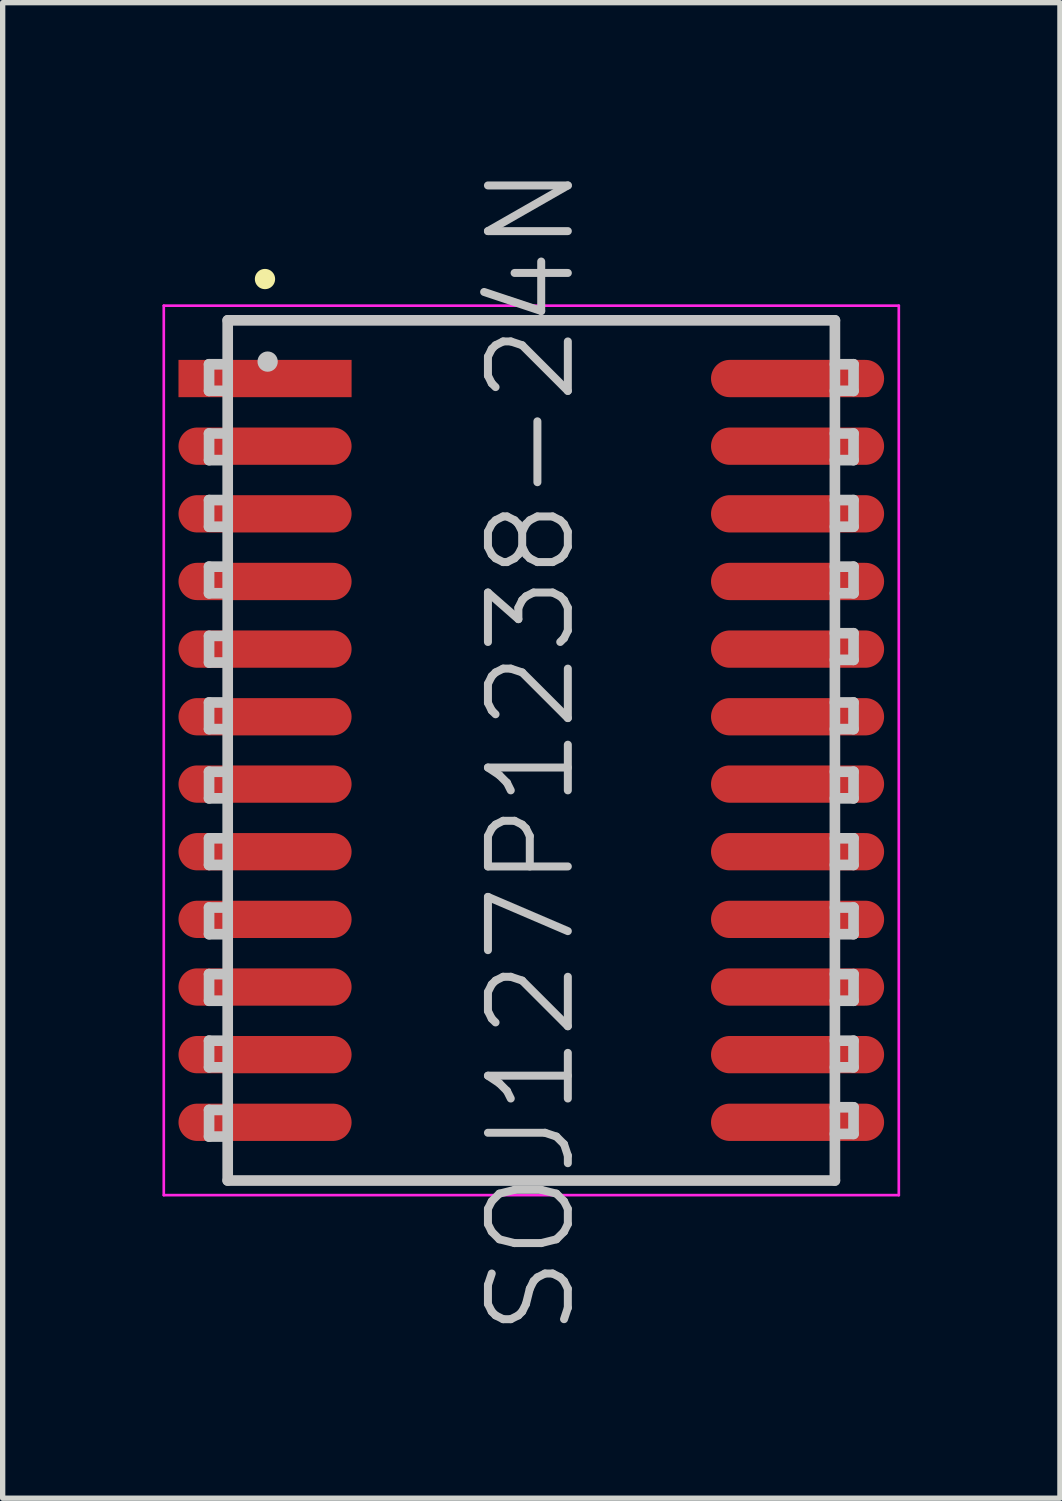
<source format=kicad_pcb>
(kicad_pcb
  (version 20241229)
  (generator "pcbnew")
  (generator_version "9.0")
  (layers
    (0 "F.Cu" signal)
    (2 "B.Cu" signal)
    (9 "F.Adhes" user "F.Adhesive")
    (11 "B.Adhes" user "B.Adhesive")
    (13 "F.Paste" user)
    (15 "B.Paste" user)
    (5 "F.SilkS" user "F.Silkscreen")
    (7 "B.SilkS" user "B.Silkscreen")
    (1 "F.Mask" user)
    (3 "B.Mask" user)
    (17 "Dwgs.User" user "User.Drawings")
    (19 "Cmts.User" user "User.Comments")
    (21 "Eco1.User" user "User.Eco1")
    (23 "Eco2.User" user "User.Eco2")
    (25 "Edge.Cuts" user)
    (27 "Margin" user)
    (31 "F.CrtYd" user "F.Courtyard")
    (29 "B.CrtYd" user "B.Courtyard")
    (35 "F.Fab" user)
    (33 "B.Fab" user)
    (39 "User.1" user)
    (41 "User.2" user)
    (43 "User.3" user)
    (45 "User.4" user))
  (footprint "SOJ127P1238-24N"
    (layer "F.Cu")
    (at 6.925 11.039)
    (property "Reference" "SOJ127P1238-24N" (at 0 0 90) (layer "Dwgs.User") (effects (font (size 1.5 1.5) (thickness 0.15))))
    (attr smd)
    (fp_line (start -5 -8.85) (end -5 -8.85) (stroke (width 0.381) (type solid)) (layer "F.SilkS"))
    (fp_line (start -6.05 -7.25) (end -6.05 -6.75) (stroke (width 0.2) (type solid)) (layer "Dwgs.User"))
    (fp_line (start -6.05 -6.75) (end -5.7 -6.75) (stroke (width 0.2) (type solid)) (layer "Dwgs.User"))
    (fp_line (start -6.05 -5.95) (end -6.05 -5.45) (stroke (width 0.2) (type solid)) (layer "Dwgs.User"))
    (fp_line (start -6.05 -5.45) (end -5.7 -5.45) (stroke (width 0.2) (type solid)) (layer "Dwgs.User"))
    (fp_line (start -6.05 -4.7) (end -6.05 -4.2) (stroke (width 0.2) (type solid)) (layer "Dwgs.User"))
    (fp_line (start -6.05 -4.2) (end -5.7 -4.2) (stroke (width 0.2) (type solid)) (layer "Dwgs.User"))
    (fp_line (start -6.05 -3.45) (end -6.05 -2.95) (stroke (width 0.2) (type solid)) (layer "Dwgs.User"))
    (fp_line (start -6.05 -2.95) (end -5.7 -2.95) (stroke (width 0.2) (type solid)) (layer "Dwgs.User"))
    (fp_line (start -6.05 -2.15) (end -6.05 -1.65) (stroke (width 0.2) (type solid)) (layer "Dwgs.User"))
    (fp_line (start -6.05 -1.65) (end -5.7 -1.65) (stroke (width 0.2) (type solid)) (layer "Dwgs.User"))
    (fp_line (start -6.05 -0.9) (end -6.05 -0.4) (stroke (width 0.2) (type solid)) (layer "Dwgs.User"))
    (fp_line (start -6.05 -0.4) (end -5.7 -0.4) (stroke (width 0.2) (type solid)) (layer "Dwgs.User"))
    (fp_line (start -6.05 0.4) (end -6.05 0.9) (stroke (width 0.2) (type solid)) (layer "Dwgs.User"))
    (fp_line (start -6.05 0.9) (end -5.7 0.9) (stroke (width 0.2) (type solid)) (layer "Dwgs.User"))
    (fp_line (start -6.05 1.65) (end -6.05 2.15) (stroke (width 0.2) (type solid)) (layer "Dwgs.User"))
    (fp_line (start -6.05 2.15) (end -5.7 2.15) (stroke (width 0.2) (type solid)) (layer "Dwgs.User"))
    (fp_line (start -6.05 2.95) (end -6.05 3.45) (stroke (width 0.2) (type solid)) (layer "Dwgs.User"))
    (fp_line (start -6.05 3.45) (end -5.7 3.45) (stroke (width 0.2) (type solid)) (layer "Dwgs.User"))
    (fp_line (start -6.05 4.2) (end -6.05 4.7) (stroke (width 0.2) (type solid)) (layer "Dwgs.User"))
    (fp_line (start -6.05 4.7) (end -5.7 4.7) (stroke (width 0.2) (type solid)) (layer "Dwgs.User"))
    (fp_line (start -6.05 5.45) (end -6.05 5.95) (stroke (width 0.2) (type solid)) (layer "Dwgs.User"))
    (fp_line (start -6.05 5.95) (end -5.7 5.95) (stroke (width 0.2) (type solid)) (layer "Dwgs.User"))
    (fp_line (start -6.05 6.75) (end -6.05 7.25) (stroke (width 0.2) (type solid)) (layer "Dwgs.User"))
    (fp_line (start -6.05 7.25) (end -5.7 7.25) (stroke (width 0.2) (type solid)) (layer "Dwgs.User"))
    (fp_line (start -5.7 -8.075) (end -5.7 8.075) (stroke (width 0.2) (type solid)) (layer "Dwgs.User"))
    (fp_line (start -5.7 -8.075) (end 5.7 -8.075) (stroke (width 0.2) (type solid)) (layer "Dwgs.User"))
    (fp_line (start -5.7 -7.25) (end -6.05 -7.25) (stroke (width 0.2) (type solid)) (layer "Dwgs.User"))
    (fp_line (start -5.7 -5.95) (end -6.05 -5.95) (stroke (width 0.2) (type solid)) (layer "Dwgs.User"))
    (fp_line (start -5.7 -4.7) (end -6.05 -4.7) (stroke (width 0.2) (type solid)) (layer "Dwgs.User"))
    (fp_line (start -5.7 -3.45) (end -6.05 -3.45) (stroke (width 0.2) (type solid)) (layer "Dwgs.User"))
    (fp_line (start -5.7 -2.15) (end -6.05 -2.15) (stroke (width 0.2) (type solid)) (layer "Dwgs.User"))
    (fp_line (start -5.7 -0.9) (end -6.05 -0.9) (stroke (width 0.2) (type solid)) (layer "Dwgs.User"))
    (fp_line (start -5.7 0.4) (end -6.05 0.4) (stroke (width 0.2) (type solid)) (layer "Dwgs.User"))
    (fp_line (start -5.7 1.65) (end -6.05 1.65) (stroke (width 0.2) (type solid)) (layer "Dwgs.User"))
    (fp_line (start -5.7 2.95) (end -6.05 2.95) (stroke (width 0.2) (type solid)) (layer "Dwgs.User"))
    (fp_line (start -5.7 4.2) (end -6.05 4.2) (stroke (width 0.2) (type solid)) (layer "Dwgs.User"))
    (fp_line (start -5.7 5.45) (end -6.05 5.45) (stroke (width 0.2) (type solid)) (layer "Dwgs.User"))
    (fp_line (start -5.7 6.75) (end -6.05 6.75) (stroke (width 0.2) (type solid)) (layer "Dwgs.User"))
    (fp_line (start -5.7 8.075) (end 5.7 8.075) (stroke (width 0.2) (type solid)) (layer "Dwgs.User"))
    (fp_line (start -4.95 -7.3) (end -4.95 -7.3) (stroke (width 0.381) (type solid)) (layer "Dwgs.User"))
    (fp_line (start 5.7 -8.075) (end 5.7 8.075) (stroke (width 0.2) (type solid)) (layer "Dwgs.User"))
    (fp_line (start 5.7 -7.25) (end 6.05 -7.25) (stroke (width 0.2) (type solid)) (layer "Dwgs.User"))
    (fp_line (start 5.7 -5.95) (end 6.05 -5.95) (stroke (width 0.2) (type solid)) (layer "Dwgs.User"))
    (fp_line (start 5.7 -4.7) (end 6.05 -4.7) (stroke (width 0.2) (type solid)) (layer "Dwgs.User"))
    (fp_line (start 5.7 -3.45) (end 6.05 -3.45) (stroke (width 0.2) (type solid)) (layer "Dwgs.User"))
    (fp_line (start 5.7 -2.2) (end 6.05 -2.2) (stroke (width 0.2) (type solid)) (layer "Dwgs.User"))
    (fp_line (start 5.7 -0.9) (end 6.05 -0.9) (stroke (width 0.2) (type solid)) (layer "Dwgs.User"))
    (fp_line (start 5.7 0.4) (end 6.05 0.4) (stroke (width 0.2) (type solid)) (layer "Dwgs.User"))
    (fp_line (start 5.7 1.65) (end 6.05 1.65) (stroke (width 0.2) (type solid)) (layer "Dwgs.User"))
    (fp_line (start 5.7 2.95) (end 6.05 2.95) (stroke (width 0.2) (type solid)) (layer "Dwgs.User"))
    (fp_line (start 5.7 4.2) (end 6.05 4.2) (stroke (width 0.2) (type solid)) (layer "Dwgs.User"))
    (fp_line (start 5.7 5.45) (end 6.05 5.45) (stroke (width 0.2) (type solid)) (layer "Dwgs.User"))
    (fp_line (start 5.7 6.7) (end 6.05 6.7) (stroke (width 0.2) (type solid)) (layer "Dwgs.User"))
    (fp_line (start 6.05 -7.25) (end 6.05 -6.75) (stroke (width 0.2) (type solid)) (layer "Dwgs.User"))
    (fp_line (start 6.05 -6.75) (end 5.7 -6.75) (stroke (width 0.2) (type solid)) (layer "Dwgs.User"))
    (fp_line (start 6.05 -5.95) (end 6.05 -5.45) (stroke (width 0.2) (type solid)) (layer "Dwgs.User"))
    (fp_line (start 6.05 -5.45) (end 5.7 -5.45) (stroke (width 0.2) (type solid)) (layer "Dwgs.User"))
    (fp_line (start 6.05 -4.7) (end 6.05 -4.2) (stroke (width 0.2) (type solid)) (layer "Dwgs.User"))
    (fp_line (start 6.05 -4.2) (end 5.7 -4.2) (stroke (width 0.2) (type solid)) (layer "Dwgs.User"))
    (fp_line (start 6.05 -3.45) (end 6.05 -2.95) (stroke (width 0.2) (type solid)) (layer "Dwgs.User"))
    (fp_line (start 6.05 -2.95) (end 5.7 -2.95) (stroke (width 0.2) (type solid)) (layer "Dwgs.User"))
    (fp_line (start 6.05 -2.2) (end 6.05 -1.7) (stroke (width 0.2) (type solid)) (layer "Dwgs.User"))
    (fp_line (start 6.05 -1.7) (end 5.7 -1.7) (stroke (width 0.2) (type solid)) (layer "Dwgs.User"))
    (fp_line (start 6.05 -0.9) (end 6.05 -0.4) (stroke (width 0.2) (type solid)) (layer "Dwgs.User"))
    (fp_line (start 6.05 -0.4) (end 5.7 -0.4) (stroke (width 0.2) (type solid)) (layer "Dwgs.User"))
    (fp_line (start 6.05 0.4) (end 6.05 0.9) (stroke (width 0.2) (type solid)) (layer "Dwgs.User"))
    (fp_line (start 6.05 0.9) (end 5.7 0.9) (stroke (width 0.2) (type solid)) (layer "Dwgs.User"))
    (fp_line (start 6.05 1.65) (end 6.05 2.15) (stroke (width 0.2) (type solid)) (layer "Dwgs.User"))
    (fp_line (start 6.05 2.15) (end 5.7 2.15) (stroke (width 0.2) (type solid)) (layer "Dwgs.User"))
    (fp_line (start 6.05 2.95) (end 6.05 3.45) (stroke (width 0.2) (type solid)) (layer "Dwgs.User"))
    (fp_line (start 6.05 3.45) (end 5.7 3.45) (stroke (width 0.2) (type solid)) (layer "Dwgs.User"))
    (fp_line (start 6.05 4.2) (end 6.05 4.7) (stroke (width 0.2) (type solid)) (layer "Dwgs.User"))
    (fp_line (start 6.05 4.7) (end 5.7 4.7) (stroke (width 0.2) (type solid)) (layer "Dwgs.User"))
    (fp_line (start 6.05 5.45) (end 6.05 5.95) (stroke (width 0.2) (type solid)) (layer "Dwgs.User"))
    (fp_line (start 6.05 5.95) (end 5.7 5.95) (stroke (width 0.2) (type solid)) (layer "Dwgs.User"))
    (fp_line (start 6.05 6.7) (end 6.05 7.2) (stroke (width 0.2) (type solid)) (layer "Dwgs.User"))
    (fp_line (start 6.05 7.2) (end 5.7 7.2) (stroke (width 0.2) (type solid)) (layer "Dwgs.User"))
    (fp_line (start -6.9 -8.35) (end -6.9 8.35) (stroke (width 0.05) (type solid)) (layer "F.CrtYd"))
    (fp_line (start -6.9 -8.35) (end 6.9 -8.35) (stroke (width 0.05) (type solid)) (layer "F.CrtYd"))
    (fp_line (start -6.9 8.35) (end 6.9 8.35) (stroke (width 0.05) (type solid)) (layer "F.CrtYd"))
    (fp_line (start 6.9 -8.35) (end 6.9 8.35) (stroke (width 0.05) (type solid)) (layer "F.CrtYd"))
    (pad "1" smd rect (at -4.999 -6.982 90) (size 0.7 3.25) (layers "F.Cu" "F.Mask" "F.Paste"))
    (pad "2" smd oval (at -4.999 -5.712 90) (size 0.7 3.25) (layers "F.Cu" "F.Mask" "F.Paste"))
    (pad "3" smd oval (at -4.999 -4.442 90) (size 0.7 3.25) (layers "F.Cu" "F.Mask" "F.Paste"))
    (pad "4" smd oval (at -4.999 -3.172 90) (size 0.7 3.25) (layers "F.Cu" "F.Mask" "F.Paste"))
    (pad "5" smd oval (at -4.999 -1.902 90) (size 0.7 3.25) (layers "F.Cu" "F.Mask" "F.Paste"))
    (pad "6" smd oval (at -4.999 -0.632 90) (size 0.7 3.25) (layers "F.Cu" "F.Mask" "F.Paste"))
    (pad "7" smd oval (at -4.999 0.632 90) (size 0.7 3.25) (layers "F.Cu" "F.Mask" "F.Paste"))
    (pad "8" smd oval (at -4.999 1.902 90) (size 0.7 3.25) (layers "F.Cu" "F.Mask" "F.Paste"))
    (pad "9" smd oval (at -4.999 3.172 90) (size 0.7 3.25) (layers "F.Cu" "F.Mask" "F.Paste"))
    (pad "10" smd oval (at -4.999 4.442 90) (size 0.7 3.25) (layers "F.Cu" "F.Mask" "F.Paste"))
    (pad "11" smd oval (at -4.999 5.712 90) (size 0.7 3.25) (layers "F.Cu" "F.Mask" "F.Paste"))
    (pad "12" smd oval (at -4.999 6.982 90) (size 0.7 3.25) (layers "F.Cu" "F.Mask" "F.Paste"))
    (pad "13" smd oval (at 4.999 6.982 270) (size 0.7 3.25) (layers "F.Cu" "F.Mask" "F.Paste"))
    (pad "14" smd oval (at 4.999 5.712 270) (size 0.7 3.25) (layers "F.Cu" "F.Mask" "F.Paste"))
    (pad "15" smd oval (at 4.999 4.442 270) (size 0.7 3.25) (layers "F.Cu" "F.Mask" "F.Paste"))
    (pad "16" smd oval (at 4.999 3.172 270) (size 0.7 3.25) (layers "F.Cu" "F.Mask" "F.Paste"))
    (pad "17" smd oval (at 4.999 1.902 270) (size 0.7 3.25) (layers "F.Cu" "F.Mask" "F.Paste"))
    (pad "18" smd oval (at 4.999 0.632 270) (size 0.7 3.25) (layers "F.Cu" "F.Mask" "F.Paste"))
    (pad "19" smd oval (at 4.999 -0.632 270) (size 0.7 3.25) (layers "F.Cu" "F.Mask" "F.Paste"))
    (pad "20" smd oval (at 4.999 -1.902 270) (size 0.7 3.25) (layers "F.Cu" "F.Mask" "F.Paste"))
    (pad "21" smd oval (at 4.999 -3.172 270) (size 0.7 3.25) (layers "F.Cu" "F.Mask" "F.Paste"))
    (pad "22" smd oval (at 4.999 -4.442 270) (size 0.7 3.25) (layers "F.Cu" "F.Mask" "F.Paste"))
    (pad "23" smd oval (at 4.999 -5.712 270) (size 0.7 3.25) (layers "F.Cu" "F.Mask" "F.Paste"))
    (pad "24" smd oval (at 4.999 -6.982 270) (size 0.7 3.25) (layers "F.Cu" "F.Mask" "F.Paste")))
  (gr_rect
    (start -3 -3)
    (end 16.85 25.079)
    (stroke (width 0.1) (type default))
    (fill no)
    (layer "Edge.Cuts")))
</source>
